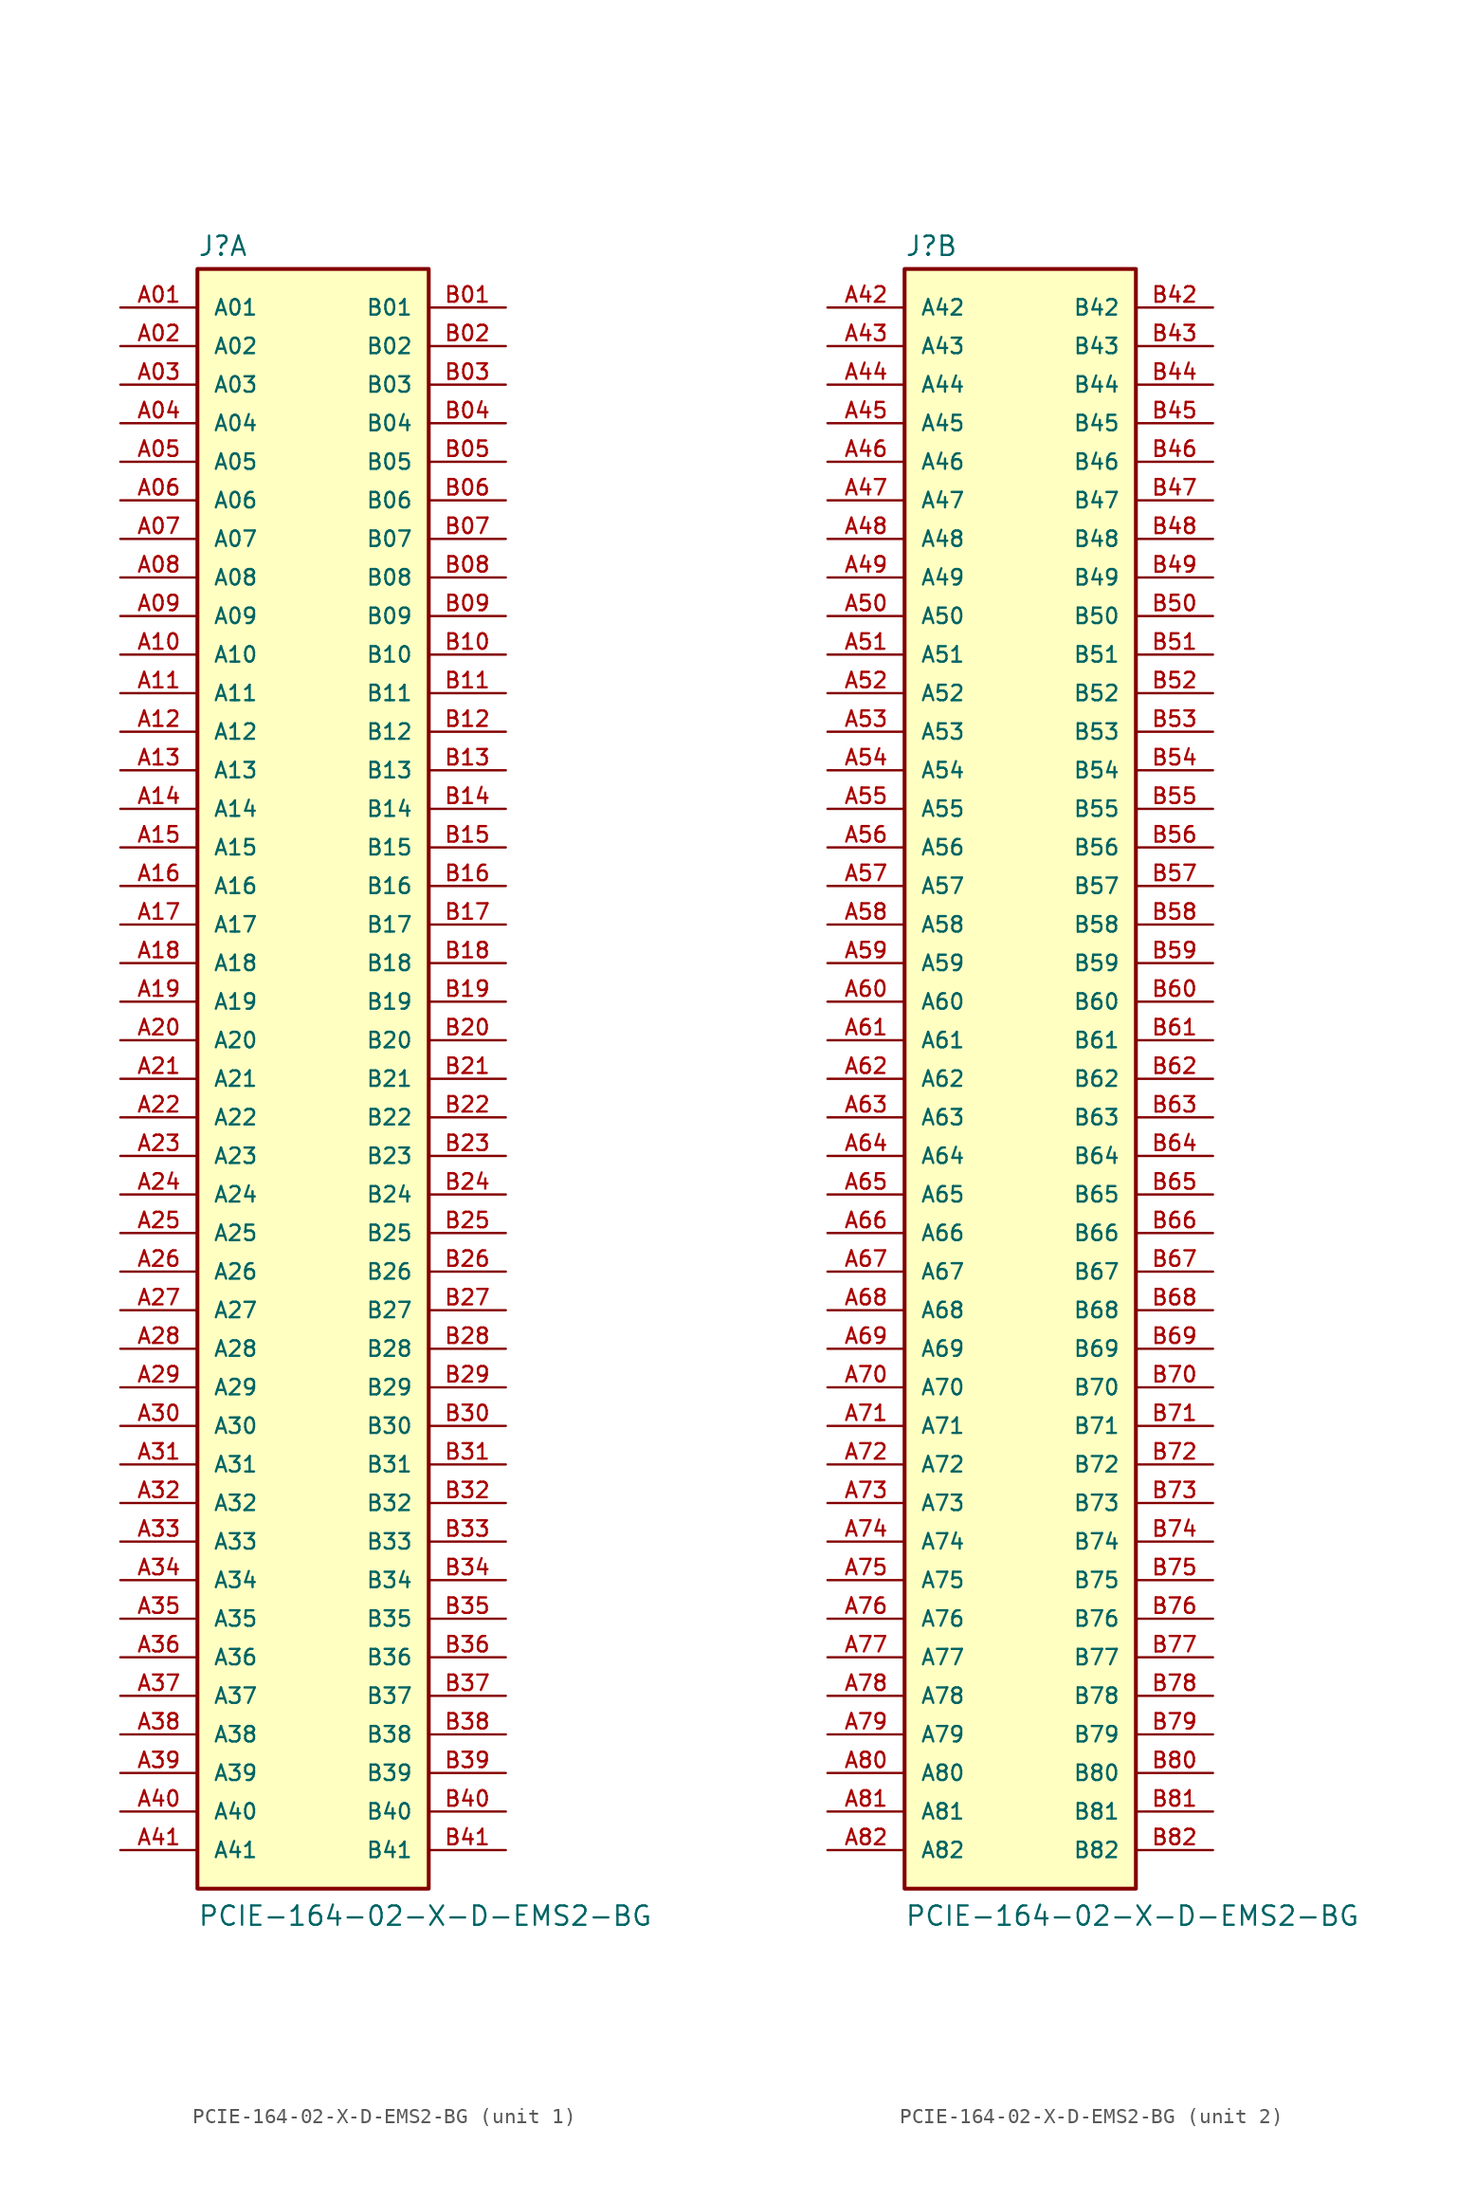
<source format=kicad_sym>
(kicad_symbol_lib
  (version 20211014)
  (generator kicad_symbol_editor)
  (symbol "PCIE-164-02-X-D-EMS2-BG"
    (pin_names
      (offset 1.016))
    (property "Reference" "J"
      (at -7.62 54.102 0)
      (effects (font (size 1.27 1.27)) (justify bottom left)))
    (property "Value" "PCIE-164-02-X-D-EMS2-BG"
      (at -7.62 -55.88 0)
      (effects (font (size 1.27 1.27)) (justify bottom left)))
    (symbol "PCIE-164-02-X-D-EMS2-BG_1_0"
      (rectangle (start -7.62 -53.34) (end 7.62 53.34) (stroke (width 0.254)) (fill (type background)))
      (pin passive line (at -12.7 50.8 0) (length 5.08) (name "A01" (effects (font (size 1.016 1.016)))) (number "A01" (effects (font (size 1.016 1.016)))))
      (pin passive line (at 12.7 50.8 180.0) (length 5.08) (name "B01" (effects (font (size 1.016 1.016)))) (number "B01" (effects (font (size 1.016 1.016)))))
      (pin passive line (at -12.7 48.26 0) (length 5.08) (name "A02" (effects (font (size 1.016 1.016)))) (number "A02" (effects (font (size 1.016 1.016)))))
      (pin passive line (at 12.7 48.26 180.0) (length 5.08) (name "B02" (effects (font (size 1.016 1.016)))) (number "B02" (effects (font (size 1.016 1.016)))))
      (pin passive line (at -12.7 45.72 0) (length 5.08) (name "A03" (effects (font (size 1.016 1.016)))) (number "A03" (effects (font (size 1.016 1.016)))))
      (pin passive line (at 12.7 45.72 180.0) (length 5.08) (name "B03" (effects (font (size 1.016 1.016)))) (number "B03" (effects (font (size 1.016 1.016)))))
      (pin passive line (at -12.7 43.18 0) (length 5.08) (name "A04" (effects (font (size 1.016 1.016)))) (number "A04" (effects (font (size 1.016 1.016)))))
      (pin passive line (at 12.7 43.18 180.0) (length 5.08) (name "B04" (effects (font (size 1.016 1.016)))) (number "B04" (effects (font (size 1.016 1.016)))))
      (pin passive line (at -12.7 40.64 0) (length 5.08) (name "A05" (effects (font (size 1.016 1.016)))) (number "A05" (effects (font (size 1.016 1.016)))))
      (pin passive line (at 12.7 40.64 180.0) (length 5.08) (name "B05" (effects (font (size 1.016 1.016)))) (number "B05" (effects (font (size 1.016 1.016)))))
      (pin passive line (at -12.7 38.1 0) (length 5.08) (name "A06" (effects (font (size 1.016 1.016)))) (number "A06" (effects (font (size 1.016 1.016)))))
      (pin passive line (at 12.7 38.1 180.0) (length 5.08) (name "B06" (effects (font (size 1.016 1.016)))) (number "B06" (effects (font (size 1.016 1.016)))))
      (pin passive line (at -12.7 35.56 0) (length 5.08) (name "A07" (effects (font (size 1.016 1.016)))) (number "A07" (effects (font (size 1.016 1.016)))))
      (pin passive line (at 12.7 35.56 180.0) (length 5.08) (name "B07" (effects (font (size 1.016 1.016)))) (number "B07" (effects (font (size 1.016 1.016)))))
      (pin passive line (at -12.7 33.02 0) (length 5.08) (name "A08" (effects (font (size 1.016 1.016)))) (number "A08" (effects (font (size 1.016 1.016)))))
      (pin passive line (at 12.7 33.02 180.0) (length 5.08) (name "B08" (effects (font (size 1.016 1.016)))) (number "B08" (effects (font (size 1.016 1.016)))))
      (pin passive line (at -12.7 30.48 0) (length 5.08) (name "A09" (effects (font (size 1.016 1.016)))) (number "A09" (effects (font (size 1.016 1.016)))))
      (pin passive line (at 12.7 30.48 180.0) (length 5.08) (name "B09" (effects (font (size 1.016 1.016)))) (number "B09" (effects (font (size 1.016 1.016)))))
      (pin passive line (at -12.7 27.94 0) (length 5.08) (name "A10" (effects (font (size 1.016 1.016)))) (number "A10" (effects (font (size 1.016 1.016)))))
      (pin passive line (at 12.7 27.94 180.0) (length 5.08) (name "B10" (effects (font (size 1.016 1.016)))) (number "B10" (effects (font (size 1.016 1.016)))))
      (pin passive line (at -12.7 25.4 0) (length 5.08) (name "A11" (effects (font (size 1.016 1.016)))) (number "A11" (effects (font (size 1.016 1.016)))))
      (pin passive line (at 12.7 25.4 180.0) (length 5.08) (name "B11" (effects (font (size 1.016 1.016)))) (number "B11" (effects (font (size 1.016 1.016)))))
      (pin passive line (at -12.7 22.86 0) (length 5.08) (name "A12" (effects (font (size 1.016 1.016)))) (number "A12" (effects (font (size 1.016 1.016)))))
      (pin passive line (at 12.7 22.86 180.0) (length 5.08) (name "B12" (effects (font (size 1.016 1.016)))) (number "B12" (effects (font (size 1.016 1.016)))))
      (pin passive line (at -12.7 20.32 0) (length 5.08) (name "A13" (effects (font (size 1.016 1.016)))) (number "A13" (effects (font (size 1.016 1.016)))))
      (pin passive line (at 12.7 20.32 180.0) (length 5.08) (name "B13" (effects (font (size 1.016 1.016)))) (number "B13" (effects (font (size 1.016 1.016)))))
      (pin passive line (at -12.7 17.78 0) (length 5.08) (name "A14" (effects (font (size 1.016 1.016)))) (number "A14" (effects (font (size 1.016 1.016)))))
      (pin passive line (at 12.7 17.78 180.0) (length 5.08) (name "B14" (effects (font (size 1.016 1.016)))) (number "B14" (effects (font (size 1.016 1.016)))))
      (pin passive line (at -12.7 15.24 0) (length 5.08) (name "A15" (effects (font (size 1.016 1.016)))) (number "A15" (effects (font (size 1.016 1.016)))))
      (pin passive line (at 12.7 15.24 180.0) (length 5.08) (name "B15" (effects (font (size 1.016 1.016)))) (number "B15" (effects (font (size 1.016 1.016)))))
      (pin passive line (at -12.7 12.7 0) (length 5.08) (name "A16" (effects (font (size 1.016 1.016)))) (number "A16" (effects (font (size 1.016 1.016)))))
      (pin passive line (at 12.7 12.7 180.0) (length 5.08) (name "B16" (effects (font (size 1.016 1.016)))) (number "B16" (effects (font (size 1.016 1.016)))))
      (pin passive line (at -12.7 10.16 0) (length 5.08) (name "A17" (effects (font (size 1.016 1.016)))) (number "A17" (effects (font (size 1.016 1.016)))))
      (pin passive line (at 12.7 10.16 180.0) (length 5.08) (name "B17" (effects (font (size 1.016 1.016)))) (number "B17" (effects (font (size 1.016 1.016)))))
      (pin passive line (at -12.7 7.62 0) (length 5.08) (name "A18" (effects (font (size 1.016 1.016)))) (number "A18" (effects (font (size 1.016 1.016)))))
      (pin passive line (at 12.7 7.62 180.0) (length 5.08) (name "B18" (effects (font (size 1.016 1.016)))) (number "B18" (effects (font (size 1.016 1.016)))))
      (pin passive line (at -12.7 5.08 0) (length 5.08) (name "A19" (effects (font (size 1.016 1.016)))) (number "A19" (effects (font (size 1.016 1.016)))))
      (pin passive line (at 12.7 5.08 180.0) (length 5.08) (name "B19" (effects (font (size 1.016 1.016)))) (number "B19" (effects (font (size 1.016 1.016)))))
      (pin passive line (at -12.7 2.54 0) (length 5.08) (name "A20" (effects (font (size 1.016 1.016)))) (number "A20" (effects (font (size 1.016 1.016)))))
      (pin passive line (at 12.7 2.54 180.0) (length 5.08) (name "B20" (effects (font (size 1.016 1.016)))) (number "B20" (effects (font (size 1.016 1.016)))))
      (pin passive line (at -12.7 0.0 0) (length 5.08) (name "A21" (effects (font (size 1.016 1.016)))) (number "A21" (effects (font (size 1.016 1.016)))))
      (pin passive line (at 12.7 0.0 180.0) (length 5.08) (name "B21" (effects (font (size 1.016 1.016)))) (number "B21" (effects (font (size 1.016 1.016)))))
      (pin passive line (at -12.7 -2.54 0) (length 5.08) (name "A22" (effects (font (size 1.016 1.016)))) (number "A22" (effects (font (size 1.016 1.016)))))
      (pin passive line (at 12.7 -2.54 180.0) (length 5.08) (name "B22" (effects (font (size 1.016 1.016)))) (number "B22" (effects (font (size 1.016 1.016)))))
      (pin passive line (at -12.7 -5.08 0) (length 5.08) (name "A23" (effects (font (size 1.016 1.016)))) (number "A23" (effects (font (size 1.016 1.016)))))
      (pin passive line (at 12.7 -5.08 180.0) (length 5.08) (name "B23" (effects (font (size 1.016 1.016)))) (number "B23" (effects (font (size 1.016 1.016)))))
      (pin passive line (at -12.7 -7.62 0) (length 5.08) (name "A24" (effects (font (size 1.016 1.016)))) (number "A24" (effects (font (size 1.016 1.016)))))
      (pin passive line (at 12.7 -7.62 180.0) (length 5.08) (name "B24" (effects (font (size 1.016 1.016)))) (number "B24" (effects (font (size 1.016 1.016)))))
      (pin passive line (at -12.7 -10.16 0) (length 5.08) (name "A25" (effects (font (size 1.016 1.016)))) (number "A25" (effects (font (size 1.016 1.016)))))
      (pin passive line (at 12.7 -10.16 180.0) (length 5.08) (name "B25" (effects (font (size 1.016 1.016)))) (number "B25" (effects (font (size 1.016 1.016)))))
      (pin passive line (at -12.7 -12.7 0) (length 5.08) (name "A26" (effects (font (size 1.016 1.016)))) (number "A26" (effects (font (size 1.016 1.016)))))
      (pin passive line (at 12.7 -12.7 180.0) (length 5.08) (name "B26" (effects (font (size 1.016 1.016)))) (number "B26" (effects (font (size 1.016 1.016)))))
      (pin passive line (at -12.7 -15.24 0) (length 5.08) (name "A27" (effects (font (size 1.016 1.016)))) (number "A27" (effects (font (size 1.016 1.016)))))
      (pin passive line (at 12.7 -15.24 180.0) (length 5.08) (name "B27" (effects (font (size 1.016 1.016)))) (number "B27" (effects (font (size 1.016 1.016)))))
      (pin passive line (at -12.7 -17.78 0) (length 5.08) (name "A28" (effects (font (size 1.016 1.016)))) (number "A28" (effects (font (size 1.016 1.016)))))
      (pin passive line (at 12.7 -17.78 180.0) (length 5.08) (name "B28" (effects (font (size 1.016 1.016)))) (number "B28" (effects (font (size 1.016 1.016)))))
      (pin passive line (at -12.7 -20.32 0) (length 5.08) (name "A29" (effects (font (size 1.016 1.016)))) (number "A29" (effects (font (size 1.016 1.016)))))
      (pin passive line (at 12.7 -20.32 180.0) (length 5.08) (name "B29" (effects (font (size 1.016 1.016)))) (number "B29" (effects (font (size 1.016 1.016)))))
      (pin passive line (at -12.7 -22.86 0) (length 5.08) (name "A30" (effects (font (size 1.016 1.016)))) (number "A30" (effects (font (size 1.016 1.016)))))
      (pin passive line (at 12.7 -22.86 180.0) (length 5.08) (name "B30" (effects (font (size 1.016 1.016)))) (number "B30" (effects (font (size 1.016 1.016)))))
      (pin passive line (at -12.7 -25.4 0) (length 5.08) (name "A31" (effects (font (size 1.016 1.016)))) (number "A31" (effects (font (size 1.016 1.016)))))
      (pin passive line (at 12.7 -25.4 180.0) (length 5.08) (name "B31" (effects (font (size 1.016 1.016)))) (number "B31" (effects (font (size 1.016 1.016)))))
      (pin passive line (at -12.7 -27.94 0) (length 5.08) (name "A32" (effects (font (size 1.016 1.016)))) (number "A32" (effects (font (size 1.016 1.016)))))
      (pin passive line (at 12.7 -27.94 180.0) (length 5.08) (name "B32" (effects (font (size 1.016 1.016)))) (number "B32" (effects (font (size 1.016 1.016)))))
      (pin passive line (at -12.7 -30.48 0) (length 5.08) (name "A33" (effects (font (size 1.016 1.016)))) (number "A33" (effects (font (size 1.016 1.016)))))
      (pin passive line (at 12.7 -30.48 180.0) (length 5.08) (name "B33" (effects (font (size 1.016 1.016)))) (number "B33" (effects (font (size 1.016 1.016)))))
      (pin passive line (at -12.7 -33.02 0) (length 5.08) (name "A34" (effects (font (size 1.016 1.016)))) (number "A34" (effects (font (size 1.016 1.016)))))
      (pin passive line (at 12.7 -33.02 180.0) (length 5.08) (name "B34" (effects (font (size 1.016 1.016)))) (number "B34" (effects (font (size 1.016 1.016)))))
      (pin passive line (at -12.7 -35.56 0) (length 5.08) (name "A35" (effects (font (size 1.016 1.016)))) (number "A35" (effects (font (size 1.016 1.016)))))
      (pin passive line (at 12.7 -35.56 180.0) (length 5.08) (name "B35" (effects (font (size 1.016 1.016)))) (number "B35" (effects (font (size 1.016 1.016)))))
      (pin passive line (at -12.7 -38.1 0) (length 5.08) (name "A36" (effects (font (size 1.016 1.016)))) (number "A36" (effects (font (size 1.016 1.016)))))
      (pin passive line (at 12.7 -38.1 180.0) (length 5.08) (name "B36" (effects (font (size 1.016 1.016)))) (number "B36" (effects (font (size 1.016 1.016)))))
      (pin passive line (at -12.7 -40.64 0) (length 5.08) (name "A37" (effects (font (size 1.016 1.016)))) (number "A37" (effects (font (size 1.016 1.016)))))
      (pin passive line (at 12.7 -40.64 180.0) (length 5.08) (name "B37" (effects (font (size 1.016 1.016)))) (number "B37" (effects (font (size 1.016 1.016)))))
      (pin passive line (at -12.7 -43.18 0) (length 5.08) (name "A38" (effects (font (size 1.016 1.016)))) (number "A38" (effects (font (size 1.016 1.016)))))
      (pin passive line (at -12.7 -45.72 0) (length 5.08) (name "A39" (effects (font (size 1.016 1.016)))) (number "A39" (effects (font (size 1.016 1.016)))))
      (pin passive line (at -12.7 -48.26 0) (length 5.08) (name "A40" (effects (font (size 1.016 1.016)))) (number "A40" (effects (font (size 1.016 1.016)))))
      (pin passive line (at -12.7 -50.8 0) (length 5.08) (name "A41" (effects (font (size 1.016 1.016)))) (number "A41" (effects (font (size 1.016 1.016)))))
      (pin passive line (at 12.7 -43.18 180.0) (length 5.08) (name "B38" (effects (font (size 1.016 1.016)))) (number "B38" (effects (font (size 1.016 1.016)))))
      (pin passive line (at 12.7 -45.72 180.0) (length 5.08) (name "B39" (effects (font (size 1.016 1.016)))) (number "B39" (effects (font (size 1.016 1.016)))))
      (pin passive line (at 12.7 -48.26 180.0) (length 5.08) (name "B40" (effects (font (size 1.016 1.016)))) (number "B40" (effects (font (size 1.016 1.016)))))
      (pin passive line (at 12.7 -50.8 180.0) (length 5.08) (name "B41" (effects (font (size 1.016 1.016)))) (number "B41" (effects (font (size 1.016 1.016))))))
    (symbol "PCIE-164-02-X-D-EMS2-BG_2_0"
      (rectangle (start -7.62 -53.34) (end 7.62 53.34) (stroke (width 0.254)) (fill (type background)))
      (pin passive line (at -12.7 50.8 0) (length 5.08) (name "A42" (effects (font (size 1.016 1.016)))) (number "A42" (effects (font (size 1.016 1.016)))))
      (pin passive line (at 12.7 50.8 180.0) (length 5.08) (name "B42" (effects (font (size 1.016 1.016)))) (number "B42" (effects (font (size 1.016 1.016)))))
      (pin passive line (at -12.7 48.26 0) (length 5.08) (name "A43" (effects (font (size 1.016 1.016)))) (number "A43" (effects (font (size 1.016 1.016)))))
      (pin passive line (at 12.7 48.26 180.0) (length 5.08) (name "B43" (effects (font (size 1.016 1.016)))) (number "B43" (effects (font (size 1.016 1.016)))))
      (pin passive line (at -12.7 45.72 0) (length 5.08) (name "A44" (effects (font (size 1.016 1.016)))) (number "A44" (effects (font (size 1.016 1.016)))))
      (pin passive line (at 12.7 45.72 180.0) (length 5.08) (name "B44" (effects (font (size 1.016 1.016)))) (number "B44" (effects (font (size 1.016 1.016)))))
      (pin passive line (at -12.7 43.18 0) (length 5.08) (name "A45" (effects (font (size 1.016 1.016)))) (number "A45" (effects (font (size 1.016 1.016)))))
      (pin passive line (at 12.7 43.18 180.0) (length 5.08) (name "B45" (effects (font (size 1.016 1.016)))) (number "B45" (effects (font (size 1.016 1.016)))))
      (pin passive line (at -12.7 40.64 0) (length 5.08) (name "A46" (effects (font (size 1.016 1.016)))) (number "A46" (effects (font (size 1.016 1.016)))))
      (pin passive line (at 12.7 40.64 180.0) (length 5.08) (name "B46" (effects (font (size 1.016 1.016)))) (number "B46" (effects (font (size 1.016 1.016)))))
      (pin passive line (at -12.7 38.1 0) (length 5.08) (name "A47" (effects (font (size 1.016 1.016)))) (number "A47" (effects (font (size 1.016 1.016)))))
      (pin passive line (at 12.7 38.1 180.0) (length 5.08) (name "B47" (effects (font (size 1.016 1.016)))) (number "B47" (effects (font (size 1.016 1.016)))))
      (pin passive line (at -12.7 35.56 0) (length 5.08) (name "A48" (effects (font (size 1.016 1.016)))) (number "A48" (effects (font (size 1.016 1.016)))))
      (pin passive line (at 12.7 35.56 180.0) (length 5.08) (name "B48" (effects (font (size 1.016 1.016)))) (number "B48" (effects (font (size 1.016 1.016)))))
      (pin passive line (at -12.7 33.02 0) (length 5.08) (name "A49" (effects (font (size 1.016 1.016)))) (number "A49" (effects (font (size 1.016 1.016)))))
      (pin passive line (at 12.7 33.02 180.0) (length 5.08) (name "B49" (effects (font (size 1.016 1.016)))) (number "B49" (effects (font (size 1.016 1.016)))))
      (pin passive line (at -12.7 30.48 0) (length 5.08) (name "A50" (effects (font (size 1.016 1.016)))) (number "A50" (effects (font (size 1.016 1.016)))))
      (pin passive line (at 12.7 30.48 180.0) (length 5.08) (name "B50" (effects (font (size 1.016 1.016)))) (number "B50" (effects (font (size 1.016 1.016)))))
      (pin passive line (at -12.7 27.94 0) (length 5.08) (name "A51" (effects (font (size 1.016 1.016)))) (number "A51" (effects (font (size 1.016 1.016)))))
      (pin passive line (at 12.7 27.94 180.0) (length 5.08) (name "B51" (effects (font (size 1.016 1.016)))) (number "B51" (effects (font (size 1.016 1.016)))))
      (pin passive line (at -12.7 25.4 0) (length 5.08) (name "A52" (effects (font (size 1.016 1.016)))) (number "A52" (effects (font (size 1.016 1.016)))))
      (pin passive line (at 12.7 25.4 180.0) (length 5.08) (name "B52" (effects (font (size 1.016 1.016)))) (number "B52" (effects (font (size 1.016 1.016)))))
      (pin passive line (at -12.7 22.86 0) (length 5.08) (name "A53" (effects (font (size 1.016 1.016)))) (number "A53" (effects (font (size 1.016 1.016)))))
      (pin passive line (at 12.7 22.86 180.0) (length 5.08) (name "B53" (effects (font (size 1.016 1.016)))) (number "B53" (effects (font (size 1.016 1.016)))))
      (pin passive line (at -12.7 20.32 0) (length 5.08) (name "A54" (effects (font (size 1.016 1.016)))) (number "A54" (effects (font (size 1.016 1.016)))))
      (pin passive line (at 12.7 20.32 180.0) (length 5.08) (name "B54" (effects (font (size 1.016 1.016)))) (number "B54" (effects (font (size 1.016 1.016)))))
      (pin passive line (at -12.7 17.78 0) (length 5.08) (name "A55" (effects (font (size 1.016 1.016)))) (number "A55" (effects (font (size 1.016 1.016)))))
      (pin passive line (at 12.7 17.78 180.0) (length 5.08) (name "B55" (effects (font (size 1.016 1.016)))) (number "B55" (effects (font (size 1.016 1.016)))))
      (pin passive line (at -12.7 15.24 0) (length 5.08) (name "A56" (effects (font (size 1.016 1.016)))) (number "A56" (effects (font (size 1.016 1.016)))))
      (pin passive line (at 12.7 15.24 180.0) (length 5.08) (name "B56" (effects (font (size 1.016 1.016)))) (number "B56" (effects (font (size 1.016 1.016)))))
      (pin passive line (at -12.7 12.7 0) (length 5.08) (name "A57" (effects (font (size 1.016 1.016)))) (number "A57" (effects (font (size 1.016 1.016)))))
      (pin passive line (at 12.7 12.7 180.0) (length 5.08) (name "B57" (effects (font (size 1.016 1.016)))) (number "B57" (effects (font (size 1.016 1.016)))))
      (pin passive line (at -12.7 10.16 0) (length 5.08) (name "A58" (effects (font (size 1.016 1.016)))) (number "A58" (effects (font (size 1.016 1.016)))))
      (pin passive line (at 12.7 10.16 180.0) (length 5.08) (name "B58" (effects (font (size 1.016 1.016)))) (number "B58" (effects (font (size 1.016 1.016)))))
      (pin passive line (at -12.7 7.62 0) (length 5.08) (name "A59" (effects (font (size 1.016 1.016)))) (number "A59" (effects (font (size 1.016 1.016)))))
      (pin passive line (at 12.7 7.62 180.0) (length 5.08) (name "B59" (effects (font (size 1.016 1.016)))) (number "B59" (effects (font (size 1.016 1.016)))))
      (pin passive line (at -12.7 5.08 0) (length 5.08) (name "A60" (effects (font (size 1.016 1.016)))) (number "A60" (effects (font (size 1.016 1.016)))))
      (pin passive line (at 12.7 5.08 180.0) (length 5.08) (name "B60" (effects (font (size 1.016 1.016)))) (number "B60" (effects (font (size 1.016 1.016)))))
      (pin passive line (at -12.7 2.54 0) (length 5.08) (name "A61" (effects (font (size 1.016 1.016)))) (number "A61" (effects (font (size 1.016 1.016)))))
      (pin passive line (at 12.7 2.54 180.0) (length 5.08) (name "B61" (effects (font (size 1.016 1.016)))) (number "B61" (effects (font (size 1.016 1.016)))))
      (pin passive line (at -12.7 0.0 0) (length 5.08) (name "A62" (effects (font (size 1.016 1.016)))) (number "A62" (effects (font (size 1.016 1.016)))))
      (pin passive line (at 12.7 0.0 180.0) (length 5.08) (name "B62" (effects (font (size 1.016 1.016)))) (number "B62" (effects (font (size 1.016 1.016)))))
      (pin passive line (at -12.7 -2.54 0) (length 5.08) (name "A63" (effects (font (size 1.016 1.016)))) (number "A63" (effects (font (size 1.016 1.016)))))
      (pin passive line (at 12.7 -2.54 180.0) (length 5.08) (name "B63" (effects (font (size 1.016 1.016)))) (number "B63" (effects (font (size 1.016 1.016)))))
      (pin passive line (at -12.7 -5.08 0) (length 5.08) (name "A64" (effects (font (size 1.016 1.016)))) (number "A64" (effects (font (size 1.016 1.016)))))
      (pin passive line (at 12.7 -5.08 180.0) (length 5.08) (name "B64" (effects (font (size 1.016 1.016)))) (number "B64" (effects (font (size 1.016 1.016)))))
      (pin passive line (at -12.7 -7.62 0) (length 5.08) (name "A65" (effects (font (size 1.016 1.016)))) (number "A65" (effects (font (size 1.016 1.016)))))
      (pin passive line (at 12.7 -7.62 180.0) (length 5.08) (name "B65" (effects (font (size 1.016 1.016)))) (number "B65" (effects (font (size 1.016 1.016)))))
      (pin passive line (at -12.7 -10.16 0) (length 5.08) (name "A66" (effects (font (size 1.016 1.016)))) (number "A66" (effects (font (size 1.016 1.016)))))
      (pin passive line (at 12.7 -10.16 180.0) (length 5.08) (name "B66" (effects (font (size 1.016 1.016)))) (number "B66" (effects (font (size 1.016 1.016)))))
      (pin passive line (at -12.7 -12.7 0) (length 5.08) (name "A67" (effects (font (size 1.016 1.016)))) (number "A67" (effects (font (size 1.016 1.016)))))
      (pin passive line (at 12.7 -12.7 180.0) (length 5.08) (name "B67" (effects (font (size 1.016 1.016)))) (number "B67" (effects (font (size 1.016 1.016)))))
      (pin passive line (at -12.7 -15.24 0) (length 5.08) (name "A68" (effects (font (size 1.016 1.016)))) (number "A68" (effects (font (size 1.016 1.016)))))
      (pin passive line (at 12.7 -15.24 180.0) (length 5.08) (name "B68" (effects (font (size 1.016 1.016)))) (number "B68" (effects (font (size 1.016 1.016)))))
      (pin passive line (at -12.7 -17.78 0) (length 5.08) (name "A69" (effects (font (size 1.016 1.016)))) (number "A69" (effects (font (size 1.016 1.016)))))
      (pin passive line (at 12.7 -17.78 180.0) (length 5.08) (name "B69" (effects (font (size 1.016 1.016)))) (number "B69" (effects (font (size 1.016 1.016)))))
      (pin passive line (at -12.7 -20.32 0) (length 5.08) (name "A70" (effects (font (size 1.016 1.016)))) (number "A70" (effects (font (size 1.016 1.016)))))
      (pin passive line (at 12.7 -20.32 180.0) (length 5.08) (name "B70" (effects (font (size 1.016 1.016)))) (number "B70" (effects (font (size 1.016 1.016)))))
      (pin passive line (at -12.7 -22.86 0) (length 5.08) (name "A71" (effects (font (size 1.016 1.016)))) (number "A71" (effects (font (size 1.016 1.016)))))
      (pin passive line (at 12.7 -22.86 180.0) (length 5.08) (name "B71" (effects (font (size 1.016 1.016)))) (number "B71" (effects (font (size 1.016 1.016)))))
      (pin passive line (at -12.7 -25.4 0) (length 5.08) (name "A72" (effects (font (size 1.016 1.016)))) (number "A72" (effects (font (size 1.016 1.016)))))
      (pin passive line (at 12.7 -25.4 180.0) (length 5.08) (name "B72" (effects (font (size 1.016 1.016)))) (number "B72" (effects (font (size 1.016 1.016)))))
      (pin passive line (at -12.7 -27.94 0) (length 5.08) (name "A73" (effects (font (size 1.016 1.016)))) (number "A73" (effects (font (size 1.016 1.016)))))
      (pin passive line (at 12.7 -27.94 180.0) (length 5.08) (name "B73" (effects (font (size 1.016 1.016)))) (number "B73" (effects (font (size 1.016 1.016)))))
      (pin passive line (at -12.7 -30.48 0) (length 5.08) (name "A74" (effects (font (size 1.016 1.016)))) (number "A74" (effects (font (size 1.016 1.016)))))
      (pin passive line (at 12.7 -30.48 180.0) (length 5.08) (name "B74" (effects (font (size 1.016 1.016)))) (number "B74" (effects (font (size 1.016 1.016)))))
      (pin passive line (at -12.7 -33.02 0) (length 5.08) (name "A75" (effects (font (size 1.016 1.016)))) (number "A75" (effects (font (size 1.016 1.016)))))
      (pin passive line (at 12.7 -33.02 180.0) (length 5.08) (name "B75" (effects (font (size 1.016 1.016)))) (number "B75" (effects (font (size 1.016 1.016)))))
      (pin passive line (at -12.7 -35.56 0) (length 5.08) (name "A76" (effects (font (size 1.016 1.016)))) (number "A76" (effects (font (size 1.016 1.016)))))
      (pin passive line (at 12.7 -35.56 180.0) (length 5.08) (name "B76" (effects (font (size 1.016 1.016)))) (number "B76" (effects (font (size 1.016 1.016)))))
      (pin passive line (at -12.7 -38.1 0) (length 5.08) (name "A77" (effects (font (size 1.016 1.016)))) (number "A77" (effects (font (size 1.016 1.016)))))
      (pin passive line (at 12.7 -38.1 180.0) (length 5.08) (name "B77" (effects (font (size 1.016 1.016)))) (number "B77" (effects (font (size 1.016 1.016)))))
      (pin passive line (at -12.7 -40.64 0) (length 5.08) (name "A78" (effects (font (size 1.016 1.016)))) (number "A78" (effects (font (size 1.016 1.016)))))
      (pin passive line (at 12.7 -40.64 180.0) (length 5.08) (name "B78" (effects (font (size 1.016 1.016)))) (number "B78" (effects (font (size 1.016 1.016)))))
      (pin passive line (at -12.7 -43.18 0) (length 5.08) (name "A79" (effects (font (size 1.016 1.016)))) (number "A79" (effects (font (size 1.016 1.016)))))
      (pin passive line (at -12.7 -45.72 0) (length 5.08) (name "A80" (effects (font (size 1.016 1.016)))) (number "A80" (effects (font (size 1.016 1.016)))))
      (pin passive line (at -12.7 -48.26 0) (length 5.08) (name "A81" (effects (font (size 1.016 1.016)))) (number "A81" (effects (font (size 1.016 1.016)))))
      (pin passive line (at -12.7 -50.8 0) (length 5.08) (name "A82" (effects (font (size 1.016 1.016)))) (number "A82" (effects (font (size 1.016 1.016)))))
      (pin passive line (at 12.7 -43.18 180.0) (length 5.08) (name "B79" (effects (font (size 1.016 1.016)))) (number "B79" (effects (font (size 1.016 1.016)))))
      (pin passive line (at 12.7 -45.72 180.0) (length 5.08) (name "B80" (effects (font (size 1.016 1.016)))) (number "B80" (effects (font (size 1.016 1.016)))))
      (pin passive line (at 12.7 -48.26 180.0) (length 5.08) (name "B81" (effects (font (size 1.016 1.016)))) (number "B81" (effects (font (size 1.016 1.016)))))
      (pin passive line (at 12.7 -50.8 180.0) (length 5.08) (name "B82" (effects (font (size 1.016 1.016)))) (number "B82" (effects (font (size 1.016 1.016))))))))
</source>
